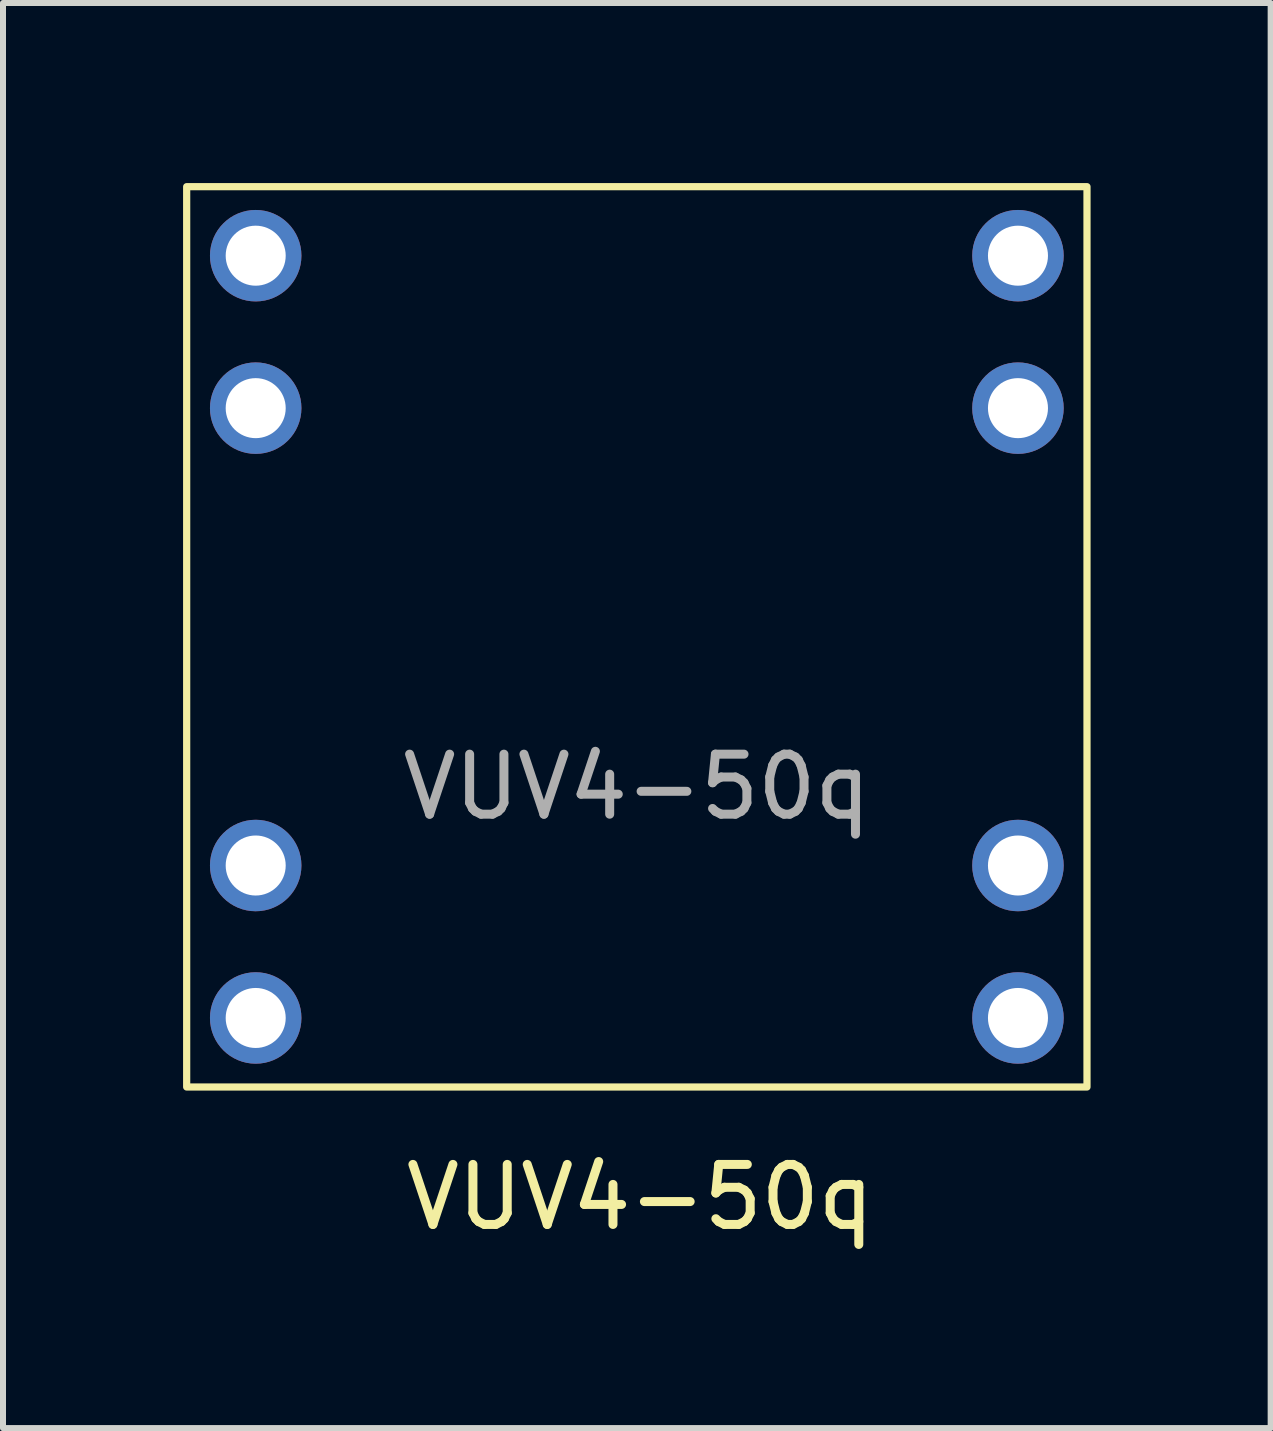
<source format=kicad_pcb>
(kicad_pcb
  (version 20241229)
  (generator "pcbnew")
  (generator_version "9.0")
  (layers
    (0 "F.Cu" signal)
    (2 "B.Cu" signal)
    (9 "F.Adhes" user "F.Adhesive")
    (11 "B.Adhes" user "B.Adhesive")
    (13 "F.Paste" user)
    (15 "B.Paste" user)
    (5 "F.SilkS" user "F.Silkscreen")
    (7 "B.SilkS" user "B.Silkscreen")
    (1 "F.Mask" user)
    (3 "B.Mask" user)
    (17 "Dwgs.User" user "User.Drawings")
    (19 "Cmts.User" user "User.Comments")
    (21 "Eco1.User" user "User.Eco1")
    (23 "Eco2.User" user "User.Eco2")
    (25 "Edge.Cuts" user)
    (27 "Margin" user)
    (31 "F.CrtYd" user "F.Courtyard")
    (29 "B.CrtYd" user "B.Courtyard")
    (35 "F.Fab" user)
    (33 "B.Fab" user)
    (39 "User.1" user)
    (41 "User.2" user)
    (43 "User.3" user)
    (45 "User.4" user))
  (footprint "VUV4-50q"
    (layer "F.Cu")
    (at 7.56 7.56)
    (property "Reference" "VUV4-50q" (at 0.055 9.335 0) (unlocked yes) (layer "F.SilkS") (effects (font (size 1 1) (thickness 0.15))))
    (attr through_hole)
    (fp_rect (start -7.5 -7.5) (end 7.5 7.5) (stroke (width 0.12) (type solid)) (fill no) (layer "F.SilkS"))
    (fp_text user "${REFERENCE}" (at 0 2.5 0) (unlocked yes) (layer "F.Fab") (effects (font (size 1 1) (thickness 0.15))))
    (pad "1" thru_hole circle (at 6.35 -6.35 90) (size 1.524 1.524) (drill 1) (layers "*.Cu" "*.Mask") (remove_unused_layers yes) (keep_end_layers yes) (zone_layer_connections))
    (pad "2" thru_hole circle (at 6.35 3.81) (size 1.524 1.524) (drill 1) (layers "*.Cu" "*.Mask") (remove_unused_layers yes) (keep_end_layers yes) (zone_layer_connections))
    (pad "3" thru_hole circle (at -6.35 6.35) (size 1.524 1.524) (drill 1) (layers "*.Cu" "*.Mask") (remove_unused_layers yes) (keep_end_layers yes) (zone_layer_connections))
    (pad "4" thru_hole circle (at -6.35 -3.81) (size 1.524 1.524) (drill 1) (layers "*.Cu" "*.Mask") (remove_unused_layers yes) (keep_end_layers yes) (zone_layer_connections))
    (pad "5" thru_hole circle (at 6.35 -3.81) (size 1.524 1.524) (drill 1) (layers "*.Cu" "*.Mask") (remove_unused_layers yes) (keep_end_layers yes) (zone_layer_connections))
    (pad "6" thru_hole circle (at 6.35 6.35) (size 1.524 1.524) (drill 1) (layers "*.Cu" "*.Mask") (remove_unused_layers yes) (keep_end_layers yes) (zone_layer_connections))
    (pad "7" thru_hole circle (at -6.35 3.81) (size 1.524 1.524) (drill 1) (layers "*.Cu" "*.Mask") (remove_unused_layers yes) (keep_end_layers yes) (zone_layer_connections))
    (pad "8" thru_hole circle (at -6.35 -6.35) (size 1.524 1.524) (drill 1) (layers "*.Cu" "*.Mask") (remove_unused_layers yes) (keep_end_layers yes) (zone_layer_connections)))
  (gr_rect
    (start -3 -3)
    (end 18.12 20.743)
    (stroke (width 0.1) (type default))
    (fill no)
    (layer "Edge.Cuts")))
</source>
